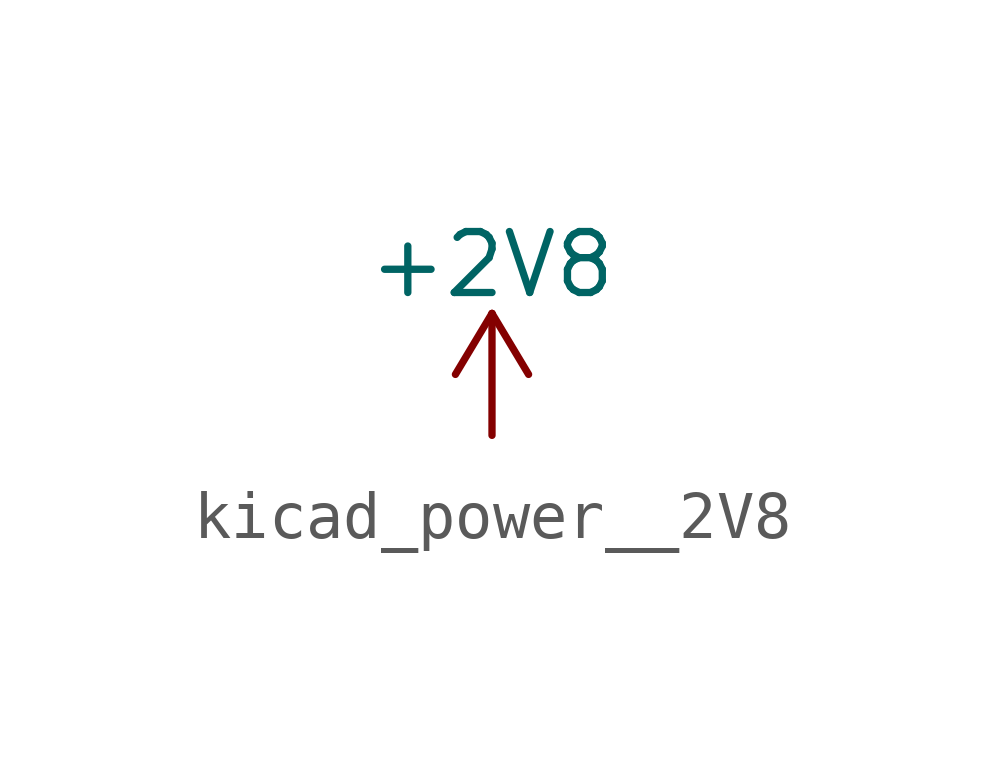
<source format=kicad_sym>
(kicad_symbol_lib
  (version 20220914)
  (generator kicad_symbol_editor)
  (symbol "kicad_power__2V8"
    (power)
    (pin_names
      (offset 0))
    (property "Reference" "#PWR"
      (at 0 -3.81 0)
      (effects (font (size 1.27 1.27)) hide))
    (property "Value" "+2V8"
      (at 0 3.556 0)
      (effects (font (size 1.27 1.27))))
    (symbol "kicad_power__2V8_0_1"
      (polyline (pts (xy -0.762 1.27) (xy 0 2.54)) (stroke (width 0) (type default)) (fill (type none)))
      (polyline (pts (xy 0 0) (xy 0 2.54)) (stroke (width 0) (type default)) (fill (type none)))
      (polyline (pts (xy 0 2.54) (xy 0.762 1.27)) (stroke (width 0) (type default)) (fill (type none))))
    (symbol "kicad_power__2V8_1_1"
      (pin power_in line (at 0 0 90) (length 0) hide (name "+2V8" (effects (font (size 1.27 1.27)))) (number "1" (effects (font (size 1.27 1.27))))))))
</source>
